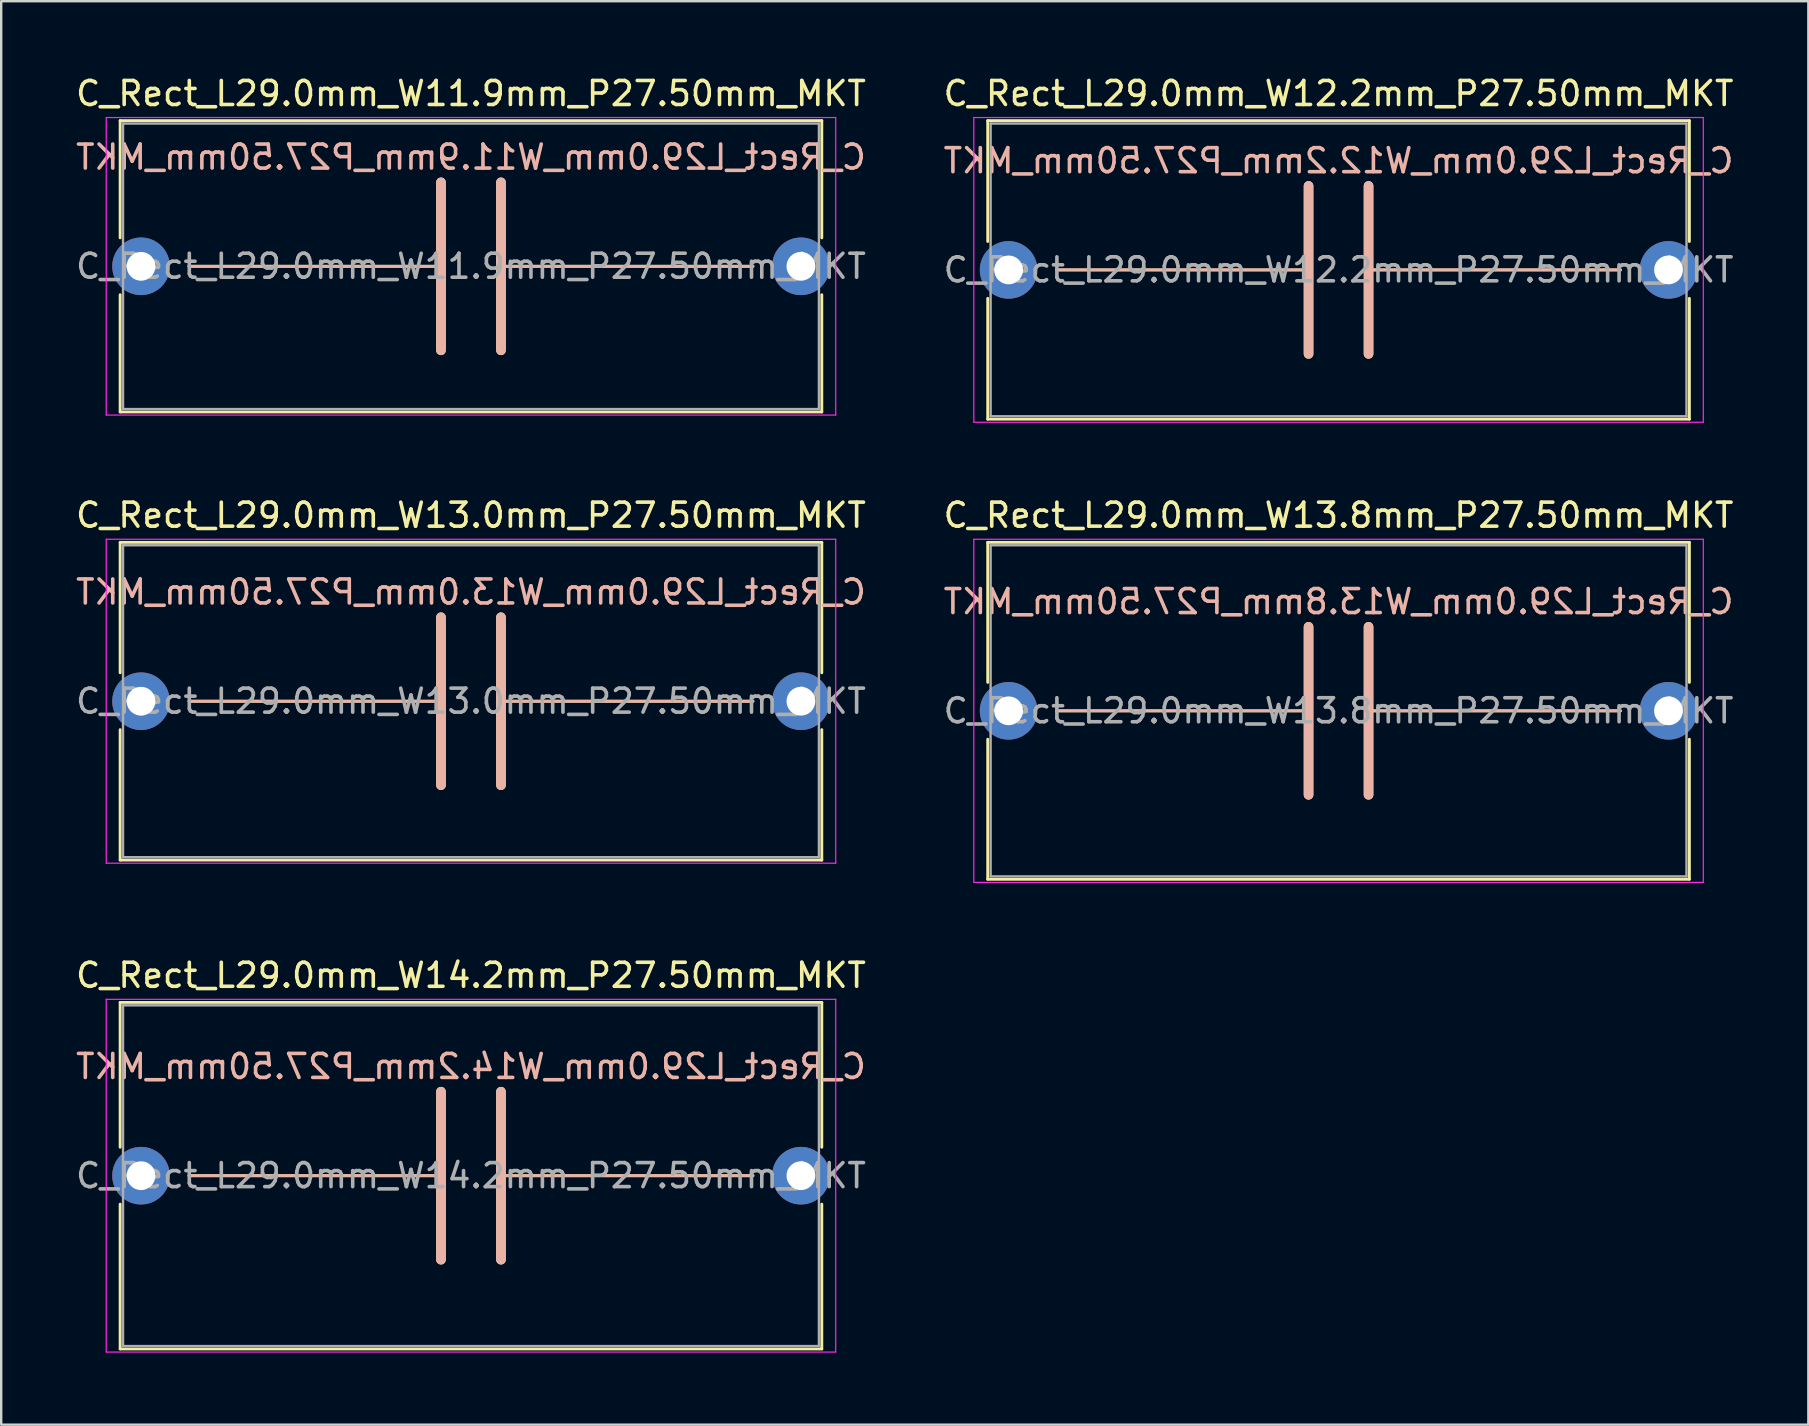
<source format=kicad_pcb>
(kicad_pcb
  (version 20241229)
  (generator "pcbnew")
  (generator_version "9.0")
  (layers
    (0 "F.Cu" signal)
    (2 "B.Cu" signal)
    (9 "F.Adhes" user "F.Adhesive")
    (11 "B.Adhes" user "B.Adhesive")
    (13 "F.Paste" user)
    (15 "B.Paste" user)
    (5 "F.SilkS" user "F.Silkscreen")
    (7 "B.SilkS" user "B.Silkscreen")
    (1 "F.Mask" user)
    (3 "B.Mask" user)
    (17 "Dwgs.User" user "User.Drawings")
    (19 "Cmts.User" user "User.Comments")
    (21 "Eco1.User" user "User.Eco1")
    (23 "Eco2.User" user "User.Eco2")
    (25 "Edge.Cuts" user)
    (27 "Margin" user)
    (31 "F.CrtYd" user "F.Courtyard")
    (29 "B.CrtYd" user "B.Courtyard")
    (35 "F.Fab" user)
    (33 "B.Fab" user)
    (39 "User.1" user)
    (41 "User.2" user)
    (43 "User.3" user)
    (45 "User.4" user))
  (footprint "C_Rect_L29.0mm_W12.2mm_P27.50mm_MKT"
    (layer "F.Cu")
    (at 38.982 8.198)
    (property "Reference" "C_Rect_L29.0mm_W12.2mm_P27.50mm_MKT" (at 13.75 -7.35 0) (layer "F.SilkS") (effects (font (size 1 1) (thickness 0.15))))
    (fp_line (start -0.87 -6.22) (end -0.87 -1.185) (stroke (width 0.12) (type solid)) (layer "F.SilkS"))
    (fp_line (start -0.87 -6.22) (end 28.37 -6.22) (stroke (width 0.12) (type solid)) (layer "F.SilkS"))
    (fp_line (start -0.87 1.185) (end -0.87 6.22) (stroke (width 0.12) (type solid)) (layer "F.SilkS"))
    (fp_line (start -0.87 6.22) (end 28.37 6.22) (stroke (width 0.12) (type solid)) (layer "F.SilkS"))
    (fp_line (start 2 0) (end 12.5 0) (stroke (width 0.12) (type solid)) (layer "F.SilkS"))
    (fp_line (start 12.5 -3.5) (end 12.5 3.5) (stroke (width 0.4) (type solid)) (layer "F.SilkS"))
    (fp_line (start 15 -3.5) (end 15 3.5) (stroke (width 0.4) (type solid)) (layer "F.SilkS"))
    (fp_line (start 15 0) (end 25.5 0) (stroke (width 0.12) (type solid)) (layer "F.SilkS"))
    (fp_line (start 28.37 -6.22) (end 28.37 -1.185) (stroke (width 0.12) (type solid)) (layer "F.SilkS"))
    (fp_line (start 28.37 1.185) (end 28.37 6.22) (stroke (width 0.12) (type solid)) (layer "F.SilkS"))
    (fp_line (start 2 0) (end 12.5 0) (stroke (width 0.12) (type solid)) (layer "B.SilkS"))
    (fp_line (start 12.5 3.5) (end 12.5 -3.5) (stroke (width 0.4) (type solid)) (layer "B.SilkS"))
    (fp_line (start 15 0) (end 25.5 0) (stroke (width 0.12) (type solid)) (layer "B.SilkS"))
    (fp_line (start 15 3.5) (end 15 -3.5) (stroke (width 0.4) (type solid)) (layer "B.SilkS"))
    (fp_line (start -1.45 -6.35) (end -1.45 6.35) (stroke (width 0.05) (type solid)) (layer "F.CrtYd"))
    (fp_line (start -1.45 6.35) (end 28.95 6.35) (stroke (width 0.05) (type solid)) (layer "F.CrtYd"))
    (fp_line (start 28.95 -6.35) (end -1.45 -6.35) (stroke (width 0.05) (type solid)) (layer "F.CrtYd"))
    (fp_line (start 28.95 6.35) (end 28.95 -6.35) (stroke (width 0.05) (type solid)) (layer "F.CrtYd"))
    (fp_line (start -0.75 -6.1) (end -0.75 6.1) (stroke (width 0.1) (type solid)) (layer "F.Fab"))
    (fp_line (start -0.75 6.1) (end 28.25 6.1) (stroke (width 0.1) (type solid)) (layer "F.Fab"))
    (fp_line (start 28.25 -6.1) (end -0.75 -6.1) (stroke (width 0.1) (type solid)) (layer "F.Fab"))
    (fp_line (start 28.25 6.1) (end 28.25 -6.1) (stroke (width 0.1) (type solid)) (layer "F.Fab"))
    (fp_text user "${REFERENCE}" (at 13.75 -4.55 0) (layer "B.SilkS") (effects (font (size 1 1) (thickness 0.15)) (justify mirror)))
    (fp_text user "${REFERENCE}" (at 13.75 0 0) (layer "F.Fab") (effects (font (size 1 1) (thickness 0.15))))
    (pad "1" thru_hole circle (at 0 0) (size 2.4 2.4) (drill 1.2) (layers "*.Cu" "*.Mask"))
    (pad "2" thru_hole circle (at 27.5 0) (size 2.4 2.4) (drill 1.2) (layers "*.Cu" "*.Mask")))
  (footprint "C_Rect_L29.0mm_W13.0mm_P27.50mm_MKT"
    (layer "F.Cu")
    (at 2.827 26.172)
    (property "Reference" "C_Rect_L29.0mm_W13.0mm_P27.50mm_MKT" (at 13.75 -7.75 0) (layer "F.SilkS") (effects (font (size 1 1) (thickness 0.15))))
    (fp_line (start -0.87 -6.62) (end -0.87 -1.185) (stroke (width 0.12) (type solid)) (layer "F.SilkS"))
    (fp_line (start -0.87 -6.62) (end 28.37 -6.62) (stroke (width 0.12) (type solid)) (layer "F.SilkS"))
    (fp_line (start -0.87 1.185) (end -0.87 6.62) (stroke (width 0.12) (type solid)) (layer "F.SilkS"))
    (fp_line (start -0.87 6.62) (end 28.37 6.62) (stroke (width 0.12) (type solid)) (layer "F.SilkS"))
    (fp_line (start 2 0) (end 12.5 0) (stroke (width 0.12) (type solid)) (layer "F.SilkS"))
    (fp_line (start 12.5 -3.5) (end 12.5 3.5) (stroke (width 0.4) (type solid)) (layer "F.SilkS"))
    (fp_line (start 15 -3.5) (end 15 3.5) (stroke (width 0.4) (type solid)) (layer "F.SilkS"))
    (fp_line (start 15 0) (end 25.5 0) (stroke (width 0.12) (type solid)) (layer "F.SilkS"))
    (fp_line (start 28.37 -6.62) (end 28.37 -1.185) (stroke (width 0.12) (type solid)) (layer "F.SilkS"))
    (fp_line (start 28.37 1.185) (end 28.37 6.62) (stroke (width 0.12) (type solid)) (layer "F.SilkS"))
    (fp_line (start 2 0) (end 12.5 0) (stroke (width 0.12) (type solid)) (layer "B.SilkS"))
    (fp_line (start 12.5 3.5) (end 12.5 -3.5) (stroke (width 0.4) (type solid)) (layer "B.SilkS"))
    (fp_line (start 15 0) (end 25.5 0) (stroke (width 0.12) (type solid)) (layer "B.SilkS"))
    (fp_line (start 15 3.5) (end 15 -3.5) (stroke (width 0.4) (type solid)) (layer "B.SilkS"))
    (fp_line (start -1.45 -6.75) (end -1.45 6.75) (stroke (width 0.05) (type solid)) (layer "F.CrtYd"))
    (fp_line (start -1.45 6.75) (end 28.95 6.75) (stroke (width 0.05) (type solid)) (layer "F.CrtYd"))
    (fp_line (start 28.95 -6.75) (end -1.45 -6.75) (stroke (width 0.05) (type solid)) (layer "F.CrtYd"))
    (fp_line (start 28.95 6.75) (end 28.95 -6.75) (stroke (width 0.05) (type solid)) (layer "F.CrtYd"))
    (fp_line (start -0.75 -6.5) (end -0.75 6.5) (stroke (width 0.1) (type solid)) (layer "F.Fab"))
    (fp_line (start -0.75 6.5) (end 28.25 6.5) (stroke (width 0.1) (type solid)) (layer "F.Fab"))
    (fp_line (start 28.25 -6.5) (end -0.75 -6.5) (stroke (width 0.1) (type solid)) (layer "F.Fab"))
    (fp_line (start 28.25 6.5) (end 28.25 -6.5) (stroke (width 0.1) (type solid)) (layer "F.Fab"))
    (fp_text user "${REFERENCE}" (at 13.75 -4.55 0) (layer "B.SilkS") (effects (font (size 1 1) (thickness 0.15)) (justify mirror)))
    (fp_text user "${REFERENCE}" (at 13.75 0 0) (layer "F.Fab") (effects (font (size 1 1) (thickness 0.15))))
    (pad "1" thru_hole circle (at 0 0) (size 2.4 2.4) (drill 1.2) (layers "*.Cu" "*.Mask"))
    (pad "2" thru_hole circle (at 27.5 0) (size 2.4 2.4) (drill 1.2) (layers "*.Cu" "*.Mask")))
  (footprint "C_Rect_L29.0mm_W11.9mm_P27.50mm_MKT"
    (layer "F.Cu")
    (at 2.827 8.048)
    (property "Reference" "C_Rect_L29.0mm_W11.9mm_P27.50mm_MKT" (at 13.75 -7.2 0) (layer "F.SilkS") (effects (font (size 1 1) (thickness 0.15))))
    (fp_line (start -0.87 -6.07) (end -0.87 -1.185) (stroke (width 0.12) (type solid)) (layer "F.SilkS"))
    (fp_line (start -0.87 -6.07) (end 28.37 -6.07) (stroke (width 0.12) (type solid)) (layer "F.SilkS"))
    (fp_line (start -0.87 1.185) (end -0.87 6.07) (stroke (width 0.12) (type solid)) (layer "F.SilkS"))
    (fp_line (start -0.87 6.07) (end 28.37 6.07) (stroke (width 0.12) (type solid)) (layer "F.SilkS"))
    (fp_line (start 2 0) (end 12.5 0) (stroke (width 0.12) (type solid)) (layer "F.SilkS"))
    (fp_line (start 12.5 -3.5) (end 12.5 3.5) (stroke (width 0.4) (type solid)) (layer "F.SilkS"))
    (fp_line (start 15 -3.5) (end 15 3.5) (stroke (width 0.4) (type solid)) (layer "F.SilkS"))
    (fp_line (start 15 0) (end 25.5 0) (stroke (width 0.12) (type solid)) (layer "F.SilkS"))
    (fp_line (start 28.37 -6.07) (end 28.37 -1.185) (stroke (width 0.12) (type solid)) (layer "F.SilkS"))
    (fp_line (start 28.37 1.185) (end 28.37 6.07) (stroke (width 0.12) (type solid)) (layer "F.SilkS"))
    (fp_line (start 2 0) (end 12.5 0) (stroke (width 0.12) (type solid)) (layer "B.SilkS"))
    (fp_line (start 12.5 3.5) (end 12.5 -3.5) (stroke (width 0.4) (type solid)) (layer "B.SilkS"))
    (fp_line (start 15 0) (end 25.5 0) (stroke (width 0.12) (type solid)) (layer "B.SilkS"))
    (fp_line (start 15 3.5) (end 15 -3.5) (stroke (width 0.4) (type solid)) (layer "B.SilkS"))
    (fp_line (start -1.45 -6.2) (end -1.45 6.2) (stroke (width 0.05) (type solid)) (layer "F.CrtYd"))
    (fp_line (start -1.45 6.2) (end 28.95 6.2) (stroke (width 0.05) (type solid)) (layer "F.CrtYd"))
    (fp_line (start 28.95 -6.2) (end -1.45 -6.2) (stroke (width 0.05) (type solid)) (layer "F.CrtYd"))
    (fp_line (start 28.95 6.2) (end 28.95 -6.2) (stroke (width 0.05) (type solid)) (layer "F.CrtYd"))
    (fp_line (start -0.75 -5.95) (end -0.75 5.95) (stroke (width 0.1) (type solid)) (layer "F.Fab"))
    (fp_line (start -0.75 5.95) (end 28.25 5.95) (stroke (width 0.1) (type solid)) (layer "F.Fab"))
    (fp_line (start 28.25 -5.95) (end -0.75 -5.95) (stroke (width 0.1) (type solid)) (layer "F.Fab"))
    (fp_line (start 28.25 5.95) (end 28.25 -5.95) (stroke (width 0.1) (type solid)) (layer "F.Fab"))
    (fp_text user "${REFERENCE}" (at 13.75 -4.55 0) (layer "B.SilkS") (effects (font (size 1 1) (thickness 0.15)) (justify mirror)))
    (fp_text user "${REFERENCE}" (at 13.75 0 0) (layer "F.Fab") (effects (font (size 1 1) (thickness 0.15))))
    (pad "1" thru_hole circle (at 0 0) (size 2.4 2.4) (drill 1.2) (layers "*.Cu" "*.Mask"))
    (pad "2" thru_hole circle (at 27.5 0) (size 2.4 2.4) (drill 1.2) (layers "*.Cu" "*.Mask")))
  (footprint "C_Rect_L29.0mm_W13.8mm_P27.50mm_MKT"
    (layer "F.Cu")
    (at 38.982 26.572)
    (property "Reference" "C_Rect_L29.0mm_W13.8mm_P27.50mm_MKT" (at 13.75 -8.15 0) (layer "F.SilkS") (effects (font (size 1 1) (thickness 0.15))))
    (fp_line (start -0.87 -7.02) (end -0.87 -1.185) (stroke (width 0.12) (type solid)) (layer "F.SilkS"))
    (fp_line (start -0.87 -7.02) (end 28.37 -7.02) (stroke (width 0.12) (type solid)) (layer "F.SilkS"))
    (fp_line (start -0.87 1.185) (end -0.87 7.02) (stroke (width 0.12) (type solid)) (layer "F.SilkS"))
    (fp_line (start -0.87 7.02) (end 28.37 7.02) (stroke (width 0.12) (type solid)) (layer "F.SilkS"))
    (fp_line (start 2 0) (end 12.5 0) (stroke (width 0.12) (type solid)) (layer "F.SilkS"))
    (fp_line (start 12.5 -3.5) (end 12.5 3.5) (stroke (width 0.4) (type solid)) (layer "F.SilkS"))
    (fp_line (start 15 -3.5) (end 15 3.5) (stroke (width 0.4) (type solid)) (layer "F.SilkS"))
    (fp_line (start 15 0) (end 25.5 0) (stroke (width 0.12) (type solid)) (layer "F.SilkS"))
    (fp_line (start 28.37 -7.02) (end 28.37 -1.185) (stroke (width 0.12) (type solid)) (layer "F.SilkS"))
    (fp_line (start 28.37 1.185) (end 28.37 7.02) (stroke (width 0.12) (type solid)) (layer "F.SilkS"))
    (fp_line (start 2 0) (end 12.5 0) (stroke (width 0.12) (type solid)) (layer "B.SilkS"))
    (fp_line (start 12.5 3.5) (end 12.5 -3.5) (stroke (width 0.4) (type solid)) (layer "B.SilkS"))
    (fp_line (start 15 0) (end 25.5 0) (stroke (width 0.12) (type solid)) (layer "B.SilkS"))
    (fp_line (start 15 3.5) (end 15 -3.5) (stroke (width 0.4) (type solid)) (layer "B.SilkS"))
    (fp_line (start -1.45 -7.15) (end -1.45 7.15) (stroke (width 0.05) (type solid)) (layer "F.CrtYd"))
    (fp_line (start -1.45 7.15) (end 28.95 7.15) (stroke (width 0.05) (type solid)) (layer "F.CrtYd"))
    (fp_line (start 28.95 -7.15) (end -1.45 -7.15) (stroke (width 0.05) (type solid)) (layer "F.CrtYd"))
    (fp_line (start 28.95 7.15) (end 28.95 -7.15) (stroke (width 0.05) (type solid)) (layer "F.CrtYd"))
    (fp_line (start -0.75 -6.9) (end -0.75 6.9) (stroke (width 0.1) (type solid)) (layer "F.Fab"))
    (fp_line (start -0.75 6.9) (end 28.25 6.9) (stroke (width 0.1) (type solid)) (layer "F.Fab"))
    (fp_line (start 28.25 -6.9) (end -0.75 -6.9) (stroke (width 0.1) (type solid)) (layer "F.Fab"))
    (fp_line (start 28.25 6.9) (end 28.25 -6.9) (stroke (width 0.1) (type solid)) (layer "F.Fab"))
    (fp_text user "${REFERENCE}" (at 13.75 -4.55 0) (layer "B.SilkS") (effects (font (size 1 1) (thickness 0.15)) (justify mirror)))
    (fp_text user "${REFERENCE}" (at 13.75 0 0) (layer "F.Fab") (effects (font (size 1 1) (thickness 0.15))))
    (pad "1" thru_hole circle (at 0 0) (size 2.4 2.4) (drill 1.2) (layers "*.Cu" "*.Mask"))
    (pad "2" thru_hole circle (at 27.5 0) (size 2.4 2.4) (drill 1.2) (layers "*.Cu" "*.Mask")))
  (footprint "C_Rect_L29.0mm_W14.2mm_P27.50mm_MKT"
    (layer "F.Cu")
    (at 2.827 45.945)
    (property "Reference" "C_Rect_L29.0mm_W14.2mm_P27.50mm_MKT" (at 13.75 -8.35 0) (layer "F.SilkS") (effects (font (size 1 1) (thickness 0.15))))
    (fp_line (start -0.87 -7.22) (end -0.87 -1.185) (stroke (width 0.12) (type solid)) (layer "F.SilkS"))
    (fp_line (start -0.87 -7.22) (end 28.37 -7.22) (stroke (width 0.12) (type solid)) (layer "F.SilkS"))
    (fp_line (start -0.87 1.185) (end -0.87 7.22) (stroke (width 0.12) (type solid)) (layer "F.SilkS"))
    (fp_line (start -0.87 7.22) (end 28.37 7.22) (stroke (width 0.12) (type solid)) (layer "F.SilkS"))
    (fp_line (start 2 0) (end 12.5 0) (stroke (width 0.12) (type solid)) (layer "F.SilkS"))
    (fp_line (start 12.5 -3.5) (end 12.5 3.5) (stroke (width 0.4) (type solid)) (layer "F.SilkS"))
    (fp_line (start 15 -3.5) (end 15 3.5) (stroke (width 0.4) (type solid)) (layer "F.SilkS"))
    (fp_line (start 15 0) (end 25.5 0) (stroke (width 0.12) (type solid)) (layer "F.SilkS"))
    (fp_line (start 28.37 -7.22) (end 28.37 -1.185) (stroke (width 0.12) (type solid)) (layer "F.SilkS"))
    (fp_line (start 28.37 1.185) (end 28.37 7.22) (stroke (width 0.12) (type solid)) (layer "F.SilkS"))
    (fp_line (start 2 0) (end 12.5 0) (stroke (width 0.12) (type solid)) (layer "B.SilkS"))
    (fp_line (start 12.5 3.5) (end 12.5 -3.5) (stroke (width 0.4) (type solid)) (layer "B.SilkS"))
    (fp_line (start 15 0) (end 25.5 0) (stroke (width 0.12) (type solid)) (layer "B.SilkS"))
    (fp_line (start 15 3.5) (end 15 -3.5) (stroke (width 0.4) (type solid)) (layer "B.SilkS"))
    (fp_line (start -1.45 -7.35) (end -1.45 7.35) (stroke (width 0.05) (type solid)) (layer "F.CrtYd"))
    (fp_line (start -1.45 7.35) (end 28.95 7.35) (stroke (width 0.05) (type solid)) (layer "F.CrtYd"))
    (fp_line (start 28.95 -7.35) (end -1.45 -7.35) (stroke (width 0.05) (type solid)) (layer "F.CrtYd"))
    (fp_line (start 28.95 7.35) (end 28.95 -7.35) (stroke (width 0.05) (type solid)) (layer "F.CrtYd"))
    (fp_line (start -0.75 -7.1) (end -0.75 7.1) (stroke (width 0.1) (type solid)) (layer "F.Fab"))
    (fp_line (start -0.75 7.1) (end 28.25 7.1) (stroke (width 0.1) (type solid)) (layer "F.Fab"))
    (fp_line (start 28.25 -7.1) (end -0.75 -7.1) (stroke (width 0.1) (type solid)) (layer "F.Fab"))
    (fp_line (start 28.25 7.1) (end 28.25 -7.1) (stroke (width 0.1) (type solid)) (layer "F.Fab"))
    (fp_text user "${REFERENCE}" (at 13.75 -4.55 0) (layer "B.SilkS") (effects (font (size 1 1) (thickness 0.15)) (justify mirror)))
    (fp_text user "${REFERENCE}" (at 13.75 0 0) (layer "F.Fab") (effects (font (size 1 1) (thickness 0.15))))
    (pad "1" thru_hole circle (at 0 0) (size 2.4 2.4) (drill 1.2) (layers "*.Cu" "*.Mask"))
    (pad "2" thru_hole circle (at 27.5 0) (size 2.4 2.4) (drill 1.2) (layers "*.Cu" "*.Mask")))
  (gr_rect
    (start -3 -3)
    (end 72.31 56.32)
    (stroke (width 0.1) (type default))
    (fill no)
    (layer "Edge.Cuts")))
</source>
